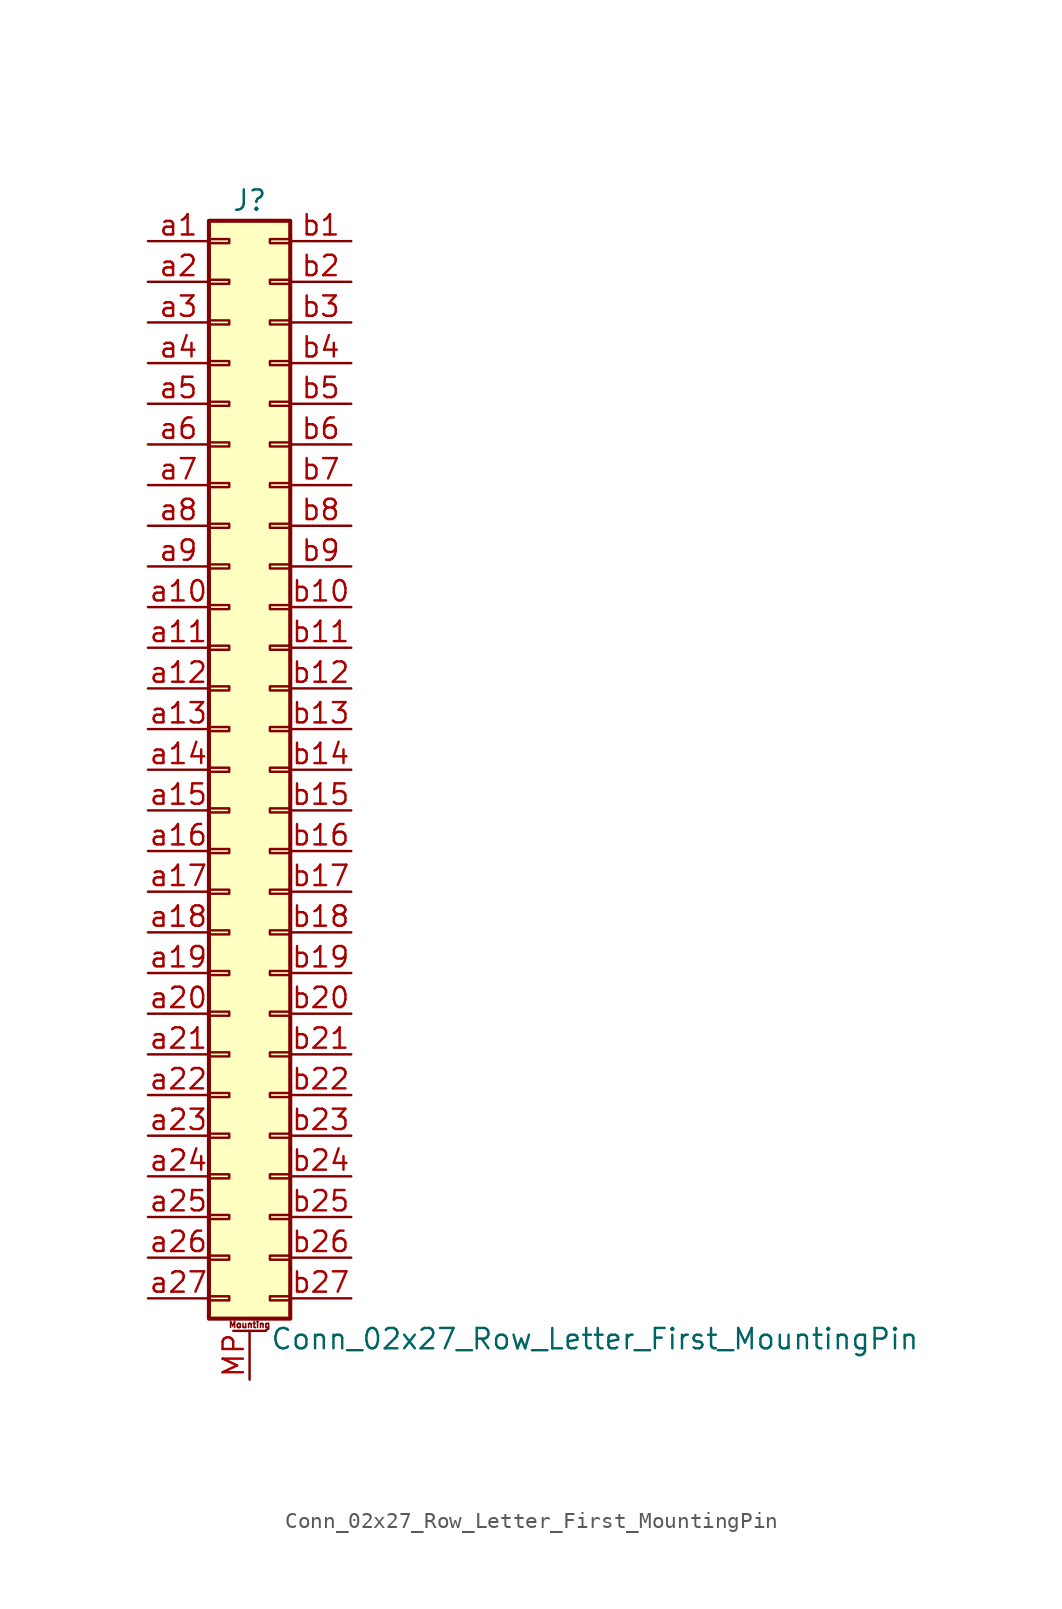
<source format=kicad_sym>
(kicad_symbol_lib
  (version 20201005)
  (generator kicad_symbol_editor)
  (symbol "Conn_02x27_Row_Letter_First_MountingPin"
    (pin_names
      (offset 1.016) hide)
    (property "Reference" "J"
      (at 1.27 35.56 0)
      (effects (font (size 1.27 1.27))))
    (property "Value" "Conn_02x27_Row_Letter_First_MountingPin"
      (at 2.54 -35.56 0)
      (effects (font (size 1.27 1.27)) (justify left)))
    (symbol "Conn_02x27_Row_Letter_First_MountingPin_1_1"
      (text "Mounting" (at 1.27 -34.671 0) (effects (font (size 0.381 0.381))))
      (rectangle (start -1.27 -32.893) (end 0 -33.147) (stroke (width 0.152)) (fill (type none)))
      (rectangle (start -1.27 -30.353) (end 0 -30.607) (stroke (width 0.152)) (fill (type none)))
      (rectangle (start -1.27 -27.813) (end 0 -28.067) (stroke (width 0.152)) (fill (type none)))
      (rectangle (start -1.27 -25.273) (end 0 -25.527) (stroke (width 0.152)) (fill (type none)))
      (rectangle (start -1.27 -22.733) (end 0 -22.987) (stroke (width 0.152)) (fill (type none)))
      (rectangle (start -1.27 -20.193) (end 0 -20.447) (stroke (width 0.152)) (fill (type none)))
      (rectangle (start -1.27 -17.653) (end 0 -17.907) (stroke (width 0.152)) (fill (type none)))
      (rectangle (start -1.27 -15.113) (end 0 -15.367) (stroke (width 0.152)) (fill (type none)))
      (rectangle (start -1.27 -12.573) (end 0 -12.827) (stroke (width 0.152)) (fill (type none)))
      (rectangle (start -1.27 -10.033) (end 0 -10.287) (stroke (width 0.152)) (fill (type none)))
      (rectangle (start -1.27 -7.493) (end 0 -7.747) (stroke (width 0.152)) (fill (type none)))
      (rectangle (start -1.27 -4.953) (end 0 -5.207) (stroke (width 0.152)) (fill (type none)))
      (rectangle (start -1.27 -2.413) (end 0 -2.667) (stroke (width 0.152)) (fill (type none)))
      (rectangle (start -1.27 0.127) (end 0 -0.127) (stroke (width 0.152)) (fill (type none)))
      (rectangle (start -1.27 2.667) (end 0 2.413) (stroke (width 0.152)) (fill (type none)))
      (rectangle (start -1.27 5.207) (end 0 4.953) (stroke (width 0.152)) (fill (type none)))
      (rectangle (start -1.27 7.747) (end 0 7.493) (stroke (width 0.152)) (fill (type none)))
      (rectangle (start -1.27 10.287) (end 0 10.033) (stroke (width 0.152)) (fill (type none)))
      (rectangle (start -1.27 12.827) (end 0 12.573) (stroke (width 0.152)) (fill (type none)))
      (rectangle (start -1.27 15.367) (end 0 15.113) (stroke (width 0.152)) (fill (type none)))
      (rectangle (start -1.27 17.907) (end 0 17.653) (stroke (width 0.152)) (fill (type none)))
      (rectangle (start -1.27 20.447) (end 0 20.193) (stroke (width 0.152)) (fill (type none)))
      (rectangle (start -1.27 22.987) (end 0 22.733) (stroke (width 0.152)) (fill (type none)))
      (rectangle (start -1.27 25.527) (end 0 25.273) (stroke (width 0.152)) (fill (type none)))
      (rectangle (start -1.27 28.067) (end 0 27.813) (stroke (width 0.152)) (fill (type none)))
      (rectangle (start -1.27 30.607) (end 0 30.353) (stroke (width 0.152)) (fill (type none)))
      (rectangle (start -1.27 33.147) (end 0 32.893) (stroke (width 0.152)) (fill (type none)))
      (rectangle (start 3.81 -32.893) (end 2.54 -33.147) (stroke (width 0.152)) (fill (type none)))
      (rectangle (start 3.81 -30.353) (end 2.54 -30.607) (stroke (width 0.152)) (fill (type none)))
      (rectangle (start 3.81 -27.813) (end 2.54 -28.067) (stroke (width 0.152)) (fill (type none)))
      (rectangle (start 3.81 -25.273) (end 2.54 -25.527) (stroke (width 0.152)) (fill (type none)))
      (rectangle (start 3.81 -22.733) (end 2.54 -22.987) (stroke (width 0.152)) (fill (type none)))
      (rectangle (start 3.81 -20.193) (end 2.54 -20.447) (stroke (width 0.152)) (fill (type none)))
      (rectangle (start 3.81 -17.653) (end 2.54 -17.907) (stroke (width 0.152)) (fill (type none)))
      (rectangle (start 3.81 -15.113) (end 2.54 -15.367) (stroke (width 0.152)) (fill (type none)))
      (rectangle (start 3.81 -12.573) (end 2.54 -12.827) (stroke (width 0.152)) (fill (type none)))
      (rectangle (start 3.81 -10.033) (end 2.54 -10.287) (stroke (width 0.152)) (fill (type none)))
      (rectangle (start 3.81 -7.493) (end 2.54 -7.747) (stroke (width 0.152)) (fill (type none)))
      (rectangle (start 3.81 -4.953) (end 2.54 -5.207) (stroke (width 0.152)) (fill (type none)))
      (rectangle (start 3.81 -2.413) (end 2.54 -2.667) (stroke (width 0.152)) (fill (type none)))
      (rectangle (start 3.81 0.127) (end 2.54 -0.127) (stroke (width 0.152)) (fill (type none)))
      (rectangle (start 3.81 2.667) (end 2.54 2.413) (stroke (width 0.152)) (fill (type none)))
      (rectangle (start 3.81 5.207) (end 2.54 4.953) (stroke (width 0.152)) (fill (type none)))
      (rectangle (start 3.81 7.747) (end 2.54 7.493) (stroke (width 0.152)) (fill (type none)))
      (rectangle (start 3.81 10.287) (end 2.54 10.033) (stroke (width 0.152)) (fill (type none)))
      (rectangle (start 3.81 12.827) (end 2.54 12.573) (stroke (width 0.152)) (fill (type none)))
      (rectangle (start 3.81 15.367) (end 2.54 15.113) (stroke (width 0.152)) (fill (type none)))
      (rectangle (start 3.81 17.907) (end 2.54 17.653) (stroke (width 0.152)) (fill (type none)))
      (rectangle (start 3.81 20.447) (end 2.54 20.193) (stroke (width 0.152)) (fill (type none)))
      (rectangle (start 3.81 22.987) (end 2.54 22.733) (stroke (width 0.152)) (fill (type none)))
      (rectangle (start 3.81 25.527) (end 2.54 25.273) (stroke (width 0.152)) (fill (type none)))
      (rectangle (start 3.81 28.067) (end 2.54 27.813) (stroke (width 0.152)) (fill (type none)))
      (rectangle (start 3.81 30.607) (end 2.54 30.353) (stroke (width 0.152)) (fill (type none)))
      (rectangle (start 3.81 33.147) (end 2.54 32.893) (stroke (width 0.152)) (fill (type none)))
      (rectangle (start -1.27 34.29) (end 3.81 -34.29) (stroke (width 0.254)) (fill (type background)))
      (polyline (pts (xy 0.254 -35.052) (xy 2.286 -35.052)) (stroke (width 0.152)) (fill (type none)))
      (pin passive line (at 1.27 -38.1 90) (length 3.048) (name "MountPin" (effects (font (size 1.27 1.27)))) (number "MP" (effects (font (size 1.27 1.27)))))
      (pin passive line (at -5.08 33.02 0) (length 3.81) (name "Pin_a1" (effects (font (size 1.27 1.27)))) (number "a1" (effects (font (size 1.27 1.27)))))
      (pin passive line (at -5.08 10.16 0) (length 3.81) (name "Pin_a10" (effects (font (size 1.27 1.27)))) (number "a10" (effects (font (size 1.27 1.27)))))
      (pin passive line (at -5.08 7.62 0) (length 3.81) (name "Pin_a11" (effects (font (size 1.27 1.27)))) (number "a11" (effects (font (size 1.27 1.27)))))
      (pin passive line (at -5.08 5.08 0) (length 3.81) (name "Pin_a12" (effects (font (size 1.27 1.27)))) (number "a12" (effects (font (size 1.27 1.27)))))
      (pin passive line (at -5.08 2.54 0) (length 3.81) (name "Pin_a13" (effects (font (size 1.27 1.27)))) (number "a13" (effects (font (size 1.27 1.27)))))
      (pin passive line (at -5.08 0 0) (length 3.81) (name "Pin_a14" (effects (font (size 1.27 1.27)))) (number "a14" (effects (font (size 1.27 1.27)))))
      (pin passive line (at -5.08 -2.54 0) (length 3.81) (name "Pin_a15" (effects (font (size 1.27 1.27)))) (number "a15" (effects (font (size 1.27 1.27)))))
      (pin passive line (at -5.08 -5.08 0) (length 3.81) (name "Pin_a16" (effects (font (size 1.27 1.27)))) (number "a16" (effects (font (size 1.27 1.27)))))
      (pin passive line (at -5.08 -7.62 0) (length 3.81) (name "Pin_a17" (effects (font (size 1.27 1.27)))) (number "a17" (effects (font (size 1.27 1.27)))))
      (pin passive line (at -5.08 -10.16 0) (length 3.81) (name "Pin_a18" (effects (font (size 1.27 1.27)))) (number "a18" (effects (font (size 1.27 1.27)))))
      (pin passive line (at -5.08 -12.7 0) (length 3.81) (name "Pin_a19" (effects (font (size 1.27 1.27)))) (number "a19" (effects (font (size 1.27 1.27)))))
      (pin passive line (at -5.08 30.48 0) (length 3.81) (name "Pin_a2" (effects (font (size 1.27 1.27)))) (number "a2" (effects (font (size 1.27 1.27)))))
      (pin passive line (at -5.08 -15.24 0) (length 3.81) (name "Pin_a20" (effects (font (size 1.27 1.27)))) (number "a20" (effects (font (size 1.27 1.27)))))
      (pin passive line (at -5.08 -17.78 0) (length 3.81) (name "Pin_a21" (effects (font (size 1.27 1.27)))) (number "a21" (effects (font (size 1.27 1.27)))))
      (pin passive line (at -5.08 -20.32 0) (length 3.81) (name "Pin_a22" (effects (font (size 1.27 1.27)))) (number "a22" (effects (font (size 1.27 1.27)))))
      (pin passive line (at -5.08 -22.86 0) (length 3.81) (name "Pin_a23" (effects (font (size 1.27 1.27)))) (number "a23" (effects (font (size 1.27 1.27)))))
      (pin passive line (at -5.08 -25.4 0) (length 3.81) (name "Pin_a24" (effects (font (size 1.27 1.27)))) (number "a24" (effects (font (size 1.27 1.27)))))
      (pin passive line (at -5.08 -27.94 0) (length 3.81) (name "Pin_a25" (effects (font (size 1.27 1.27)))) (number "a25" (effects (font (size 1.27 1.27)))))
      (pin passive line (at -5.08 -30.48 0) (length 3.81) (name "Pin_a26" (effects (font (size 1.27 1.27)))) (number "a26" (effects (font (size 1.27 1.27)))))
      (pin passive line (at -5.08 -33.02 0) (length 3.81) (name "Pin_a27" (effects (font (size 1.27 1.27)))) (number "a27" (effects (font (size 1.27 1.27)))))
      (pin passive line (at -5.08 27.94 0) (length 3.81) (name "Pin_a3" (effects (font (size 1.27 1.27)))) (number "a3" (effects (font (size 1.27 1.27)))))
      (pin passive line (at -5.08 25.4 0) (length 3.81) (name "Pin_a4" (effects (font (size 1.27 1.27)))) (number "a4" (effects (font (size 1.27 1.27)))))
      (pin passive line (at -5.08 22.86 0) (length 3.81) (name "Pin_a5" (effects (font (size 1.27 1.27)))) (number "a5" (effects (font (size 1.27 1.27)))))
      (pin passive line (at -5.08 20.32 0) (length 3.81) (name "Pin_a6" (effects (font (size 1.27 1.27)))) (number "a6" (effects (font (size 1.27 1.27)))))
      (pin passive line (at -5.08 17.78 0) (length 3.81) (name "Pin_a7" (effects (font (size 1.27 1.27)))) (number "a7" (effects (font (size 1.27 1.27)))))
      (pin passive line (at -5.08 15.24 0) (length 3.81) (name "Pin_a8" (effects (font (size 1.27 1.27)))) (number "a8" (effects (font (size 1.27 1.27)))))
      (pin passive line (at -5.08 12.7 0) (length 3.81) (name "Pin_a9" (effects (font (size 1.27 1.27)))) (number "a9" (effects (font (size 1.27 1.27)))))
      (pin passive line (at 7.62 33.02 180) (length 3.81) (name "Pin_b1" (effects (font (size 1.27 1.27)))) (number "b1" (effects (font (size 1.27 1.27)))))
      (pin passive line (at 7.62 10.16 180) (length 3.81) (name "Pin_b10" (effects (font (size 1.27 1.27)))) (number "b10" (effects (font (size 1.27 1.27)))))
      (pin passive line (at 7.62 7.62 180) (length 3.81) (name "Pin_b11" (effects (font (size 1.27 1.27)))) (number "b11" (effects (font (size 1.27 1.27)))))
      (pin passive line (at 7.62 5.08 180) (length 3.81) (name "Pin_b12" (effects (font (size 1.27 1.27)))) (number "b12" (effects (font (size 1.27 1.27)))))
      (pin passive line (at 7.62 2.54 180) (length 3.81) (name "Pin_b13" (effects (font (size 1.27 1.27)))) (number "b13" (effects (font (size 1.27 1.27)))))
      (pin passive line (at 7.62 0 180) (length 3.81) (name "Pin_b14" (effects (font (size 1.27 1.27)))) (number "b14" (effects (font (size 1.27 1.27)))))
      (pin passive line (at 7.62 -2.54 180) (length 3.81) (name "Pin_b15" (effects (font (size 1.27 1.27)))) (number "b15" (effects (font (size 1.27 1.27)))))
      (pin passive line (at 7.62 -5.08 180) (length 3.81) (name "Pin_b16" (effects (font (size 1.27 1.27)))) (number "b16" (effects (font (size 1.27 1.27)))))
      (pin passive line (at 7.62 -7.62 180) (length 3.81) (name "Pin_b17" (effects (font (size 1.27 1.27)))) (number "b17" (effects (font (size 1.27 1.27)))))
      (pin passive line (at 7.62 -10.16 180) (length 3.81) (name "Pin_b18" (effects (font (size 1.27 1.27)))) (number "b18" (effects (font (size 1.27 1.27)))))
      (pin passive line (at 7.62 -12.7 180) (length 3.81) (name "Pin_b19" (effects (font (size 1.27 1.27)))) (number "b19" (effects (font (size 1.27 1.27)))))
      (pin passive line (at 7.62 30.48 180) (length 3.81) (name "Pin_b2" (effects (font (size 1.27 1.27)))) (number "b2" (effects (font (size 1.27 1.27)))))
      (pin passive line (at 7.62 -15.24 180) (length 3.81) (name "Pin_b20" (effects (font (size 1.27 1.27)))) (number "b20" (effects (font (size 1.27 1.27)))))
      (pin passive line (at 7.62 -17.78 180) (length 3.81) (name "Pin_b21" (effects (font (size 1.27 1.27)))) (number "b21" (effects (font (size 1.27 1.27)))))
      (pin passive line (at 7.62 -20.32 180) (length 3.81) (name "Pin_b22" (effects (font (size 1.27 1.27)))) (number "b22" (effects (font (size 1.27 1.27)))))
      (pin passive line (at 7.62 -22.86 180) (length 3.81) (name "Pin_b23" (effects (font (size 1.27 1.27)))) (number "b23" (effects (font (size 1.27 1.27)))))
      (pin passive line (at 7.62 -25.4 180) (length 3.81) (name "Pin_b24" (effects (font (size 1.27 1.27)))) (number "b24" (effects (font (size 1.27 1.27)))))
      (pin passive line (at 7.62 -27.94 180) (length 3.81) (name "Pin_b25" (effects (font (size 1.27 1.27)))) (number "b25" (effects (font (size 1.27 1.27)))))
      (pin passive line (at 7.62 -30.48 180) (length 3.81) (name "Pin_b26" (effects (font (size 1.27 1.27)))) (number "b26" (effects (font (size 1.27 1.27)))))
      (pin passive line (at 7.62 -33.02 180) (length 3.81) (name "Pin_b27" (effects (font (size 1.27 1.27)))) (number "b27" (effects (font (size 1.27 1.27)))))
      (pin passive line (at 7.62 27.94 180) (length 3.81) (name "Pin_b3" (effects (font (size 1.27 1.27)))) (number "b3" (effects (font (size 1.27 1.27)))))
      (pin passive line (at 7.62 25.4 180) (length 3.81) (name "Pin_b4" (effects (font (size 1.27 1.27)))) (number "b4" (effects (font (size 1.27 1.27)))))
      (pin passive line (at 7.62 22.86 180) (length 3.81) (name "Pin_b5" (effects (font (size 1.27 1.27)))) (number "b5" (effects (font (size 1.27 1.27)))))
      (pin passive line (at 7.62 20.32 180) (length 3.81) (name "Pin_b6" (effects (font (size 1.27 1.27)))) (number "b6" (effects (font (size 1.27 1.27)))))
      (pin passive line (at 7.62 17.78 180) (length 3.81) (name "Pin_b7" (effects (font (size 1.27 1.27)))) (number "b7" (effects (font (size 1.27 1.27)))))
      (pin passive line (at 7.62 15.24 180) (length 3.81) (name "Pin_b8" (effects (font (size 1.27 1.27)))) (number "b8" (effects (font (size 1.27 1.27)))))
      (pin passive line (at 7.62 12.7 180) (length 3.81) (name "Pin_b9" (effects (font (size 1.27 1.27)))) (number "b9" (effects (font (size 1.27 1.27))))))))
</source>
